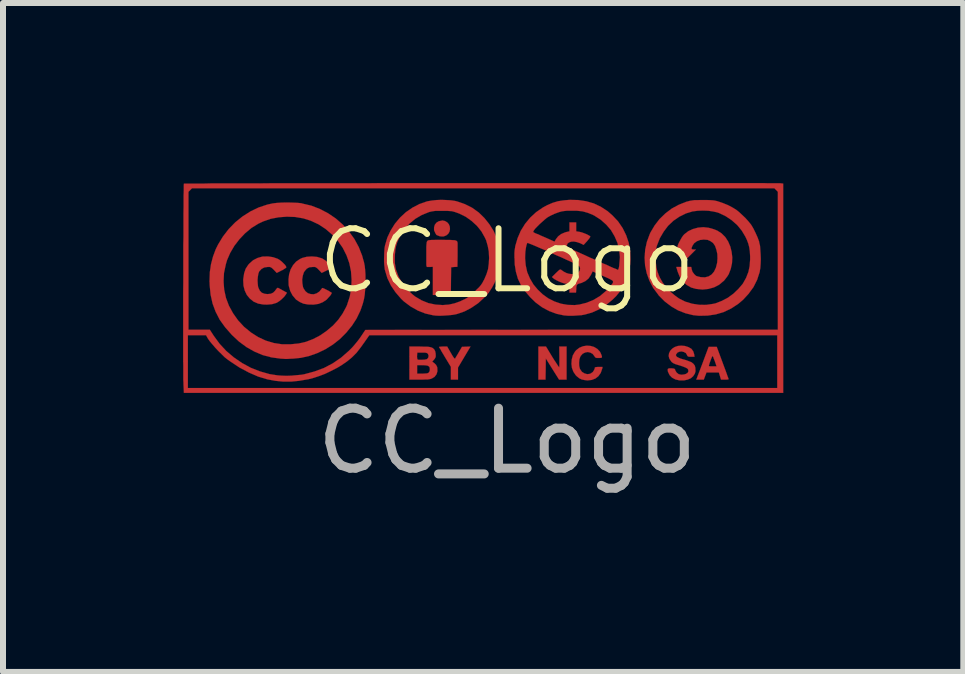
<source format=kicad_pcb>
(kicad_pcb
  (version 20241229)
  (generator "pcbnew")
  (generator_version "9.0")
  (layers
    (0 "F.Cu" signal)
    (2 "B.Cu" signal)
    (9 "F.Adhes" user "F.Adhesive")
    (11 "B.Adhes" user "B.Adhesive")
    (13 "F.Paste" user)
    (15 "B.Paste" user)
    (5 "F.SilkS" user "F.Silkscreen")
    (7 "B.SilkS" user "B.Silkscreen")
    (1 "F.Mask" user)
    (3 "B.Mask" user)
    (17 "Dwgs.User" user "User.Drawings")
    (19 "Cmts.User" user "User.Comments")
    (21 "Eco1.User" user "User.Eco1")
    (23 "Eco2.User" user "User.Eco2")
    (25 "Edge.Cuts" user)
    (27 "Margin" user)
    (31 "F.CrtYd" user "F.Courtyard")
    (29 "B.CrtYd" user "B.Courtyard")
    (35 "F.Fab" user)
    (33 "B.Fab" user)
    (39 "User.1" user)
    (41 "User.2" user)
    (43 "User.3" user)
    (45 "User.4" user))
  (footprint "CC_Logo"
    (layer "F.Cu")
    (at 5.399 1.796)
    (property "Reference" "CC_Logo" (at 0 -0.5 0) (unlocked yes) (layer "F.SilkS") (effects (font (size 1 1) (thickness 0.1))))
    (attr smd)
    (fp_poly (pts (xy -0.952 -1.028) (xy -0.96 -0.987) (xy -0.98 -0.952) (xy -1.013 -0.924) (xy -1.059 -0.906) (xy -1.062 -0.906) (xy -1.092 -0.906) (xy -1.125 -0.911) (xy -1.133 -0.914) (xy -1.158 -0.924) (xy -1.173 -0.929) (xy -1.181 -0.937) (xy -1.191 -0.954) (xy -1.196 -0.962) (xy -1.217 -1.01) (xy -1.217 -1.058) (xy -1.204 -1.102) (xy -1.176 -1.137) (xy -1.138 -1.16) (xy -1.087 -1.17) (xy -1.079 -1.173) (xy -1.034 -1.163) (xy -0.996 -1.14) (xy -0.97 -1.109) (xy -0.955 -1.071) (xy -0.952 -1.028)) (stroke (width 0.003) (type solid)) (fill yes) (layer "F.Cu"))
    (fp_poly (pts (xy 0.991 1.479) (xy 0.927 1.479) (xy 0.866 1.479) (xy 0.754 1.301) (xy 0.645 1.126) (xy 0.643 1.304) (xy 0.64 1.479) (xy 0.579 1.479) (xy 0.521 1.479) (xy 0.521 1.205) (xy 0.521 0.928) (xy 0.584 0.928) (xy 0.648 0.928) (xy 0.754 1.103) (xy 0.787 1.156) (xy 0.818 1.202) (xy 0.841 1.238) (xy 0.859 1.263) (xy 0.866 1.273) (xy 0.869 1.273) (xy 0.869 1.263) (xy 0.871 1.235) (xy 0.871 1.195) (xy 0.871 1.144) (xy 0.871 1.101) (xy 0.869 0.928) (xy 0.93 0.928) (xy 0.991 0.928) (xy 0.991 1.205) (xy 0.991 1.479)) (stroke (width 0.003) (type solid)) (fill yes) (layer "F.Cu"))
    (fp_poly (pts (xy -0.61 0.928) (xy -0.714 1.103) (xy -0.818 1.278) (xy -0.818 1.377) (xy -0.818 1.479) (xy -0.876 1.479) (xy -0.937 1.479) (xy -0.937 1.372) (xy -0.937 1.266) (xy -1.034 1.106) (xy -1.064 1.055) (xy -1.092 1.009) (xy -1.112 0.971) (xy -1.128 0.948) (xy -1.135 0.935) (xy -1.128 0.933) (xy -1.105 0.93) (xy -1.072 0.928) (xy -1.069 0.928) (xy -0.998 0.928) (xy -0.937 1.035) (xy -0.909 1.083) (xy -0.889 1.113) (xy -0.874 1.129) (xy -0.866 1.129) (xy -0.858 1.113) (xy -0.843 1.088) (xy -0.82 1.05) (xy -0.805 1.024) (xy -0.752 0.933) (xy -0.681 0.93) (xy -0.61 0.928)) (stroke (width 0.003) (type solid)) (fill yes) (layer "F.Cu"))
    (fp_poly (pts (xy 3.691 1.471) (xy 3.681 1.476) (xy 3.658 1.479) (xy 3.627 1.479) (xy 3.564 1.479) (xy 3.546 1.418) (xy 3.528 1.36) (xy 3.49 1.36) (xy 3.49 1.258) (xy 3.46 1.169) (xy 3.444 1.131) (xy 3.434 1.101) (xy 3.424 1.088) (xy 3.421 1.085) (xy 3.414 1.098) (xy 3.404 1.123) (xy 3.391 1.156) (xy 3.378 1.192) (xy 3.368 1.222) (xy 3.363 1.245) (xy 3.36 1.253) (xy 3.371 1.256) (xy 3.393 1.258) (xy 3.424 1.258) (xy 3.49 1.258) (xy 3.49 1.36) (xy 3.424 1.36) (xy 3.322 1.36) (xy 3.3 1.418) (xy 3.277 1.479) (xy 3.216 1.479) (xy 3.152 1.479) (xy 3.256 1.207) (xy 3.358 0.933) (xy 3.427 0.933) (xy 3.493 0.933) (xy 3.592 1.2) (xy 3.617 1.268) (xy 3.64 1.329) (xy 3.66 1.385) (xy 3.675 1.428) (xy 3.686 1.456) (xy 3.691 1.471)) (stroke (width 0.003) (type solid)) (fill yes) (layer "F.Cu"))
    (fp_poly (pts (xy -0.825 -0.759) (xy -0.825 -0.728) (xy -0.825 -0.685) (xy -0.825 -0.632) (xy -0.825 -0.578) (xy -0.828 -0.401) (xy -0.879 -0.398) (xy -0.932 -0.393) (xy -0.935 -0.162) (xy -0.937 0.069) (xy -1.087 0.069) (xy -1.237 0.069) (xy -1.237 -0.164) (xy -1.237 -0.401) (xy -1.28 -0.398) (xy -1.311 -0.398) (xy -1.331 -0.398) (xy -1.336 -0.398) (xy -1.339 -0.403) (xy -1.344 -0.418) (xy -1.346 -0.446) (xy -1.346 -0.492) (xy -1.346 -0.55) (xy -1.346 -0.601) (xy -1.346 -0.672) (xy -1.346 -0.728) (xy -1.344 -0.766) (xy -1.341 -0.794) (xy -1.339 -0.812) (xy -1.333 -0.825) (xy -1.331 -0.827) (xy -1.326 -0.835) (xy -1.318 -0.84) (xy -1.308 -0.843) (xy -1.29 -0.845) (xy -1.262 -0.848) (xy -1.224 -0.848) (xy -1.171 -0.85) (xy -1.1 -0.85) (xy -1.087 -0.85) (xy -1.008 -0.848) (xy -0.947 -0.848) (xy -0.902 -0.845) (xy -0.869 -0.843) (xy -0.846 -0.835) (xy -0.833 -0.825) (xy -0.828 -0.812) (xy -0.825 -0.794) (xy -0.825 -0.774) (xy -0.825 -0.759)) (stroke (width 0.003) (type solid)) (fill yes) (layer "F.Cu"))
    (fp_poly (pts (xy 1.59 1.268) (xy 1.585 1.296) (xy 1.56 1.367) (xy 1.522 1.421) (xy 1.471 1.461) (xy 1.41 1.484) (xy 1.339 1.492) (xy 1.295 1.487) (xy 1.242 1.476) (xy 1.201 1.456) (xy 1.161 1.423) (xy 1.143 1.405) (xy 1.105 1.349) (xy 1.08 1.283) (xy 1.072 1.215) (xy 1.077 1.144) (xy 1.095 1.075) (xy 1.13 1.014) (xy 1.151 0.989) (xy 1.204 0.948) (xy 1.265 0.923) (xy 1.328 0.913) (xy 1.392 0.918) (xy 1.45 0.935) (xy 1.504 0.968) (xy 1.547 1.014) (xy 1.56 1.04) (xy 1.572 1.068) (xy 1.58 1.093) (xy 1.58 1.098) (xy 1.577 1.111) (xy 1.567 1.116) (xy 1.544 1.118) (xy 1.527 1.118) (xy 1.494 1.118) (xy 1.476 1.113) (xy 1.463 1.103) (xy 1.455 1.088) (xy 1.425 1.05) (xy 1.387 1.029) (xy 1.344 1.019) (xy 1.301 1.027) (xy 1.26 1.047) (xy 1.227 1.083) (xy 1.217 1.103) (xy 1.204 1.144) (xy 1.199 1.197) (xy 1.201 1.25) (xy 1.212 1.296) (xy 1.217 1.306) (xy 1.247 1.349) (xy 1.288 1.375) (xy 1.334 1.388) (xy 1.379 1.383) (xy 1.4 1.372) (xy 1.428 1.352) (xy 1.448 1.322) (xy 1.461 1.291) (xy 1.461 1.283) (xy 1.463 1.276) (xy 1.478 1.271) (xy 1.506 1.268) (xy 1.524 1.268) (xy 1.59 1.268)) (stroke (width 0.003) (type solid)) (fill yes) (layer "F.Cu"))
    (fp_poly (pts (xy -3.668 0.031) (xy -3.685 0.059) (xy -3.713 0.097) (xy -3.752 0.135) (xy -3.795 0.171) (xy -3.835 0.196) (xy -3.845 0.201) (xy -3.917 0.222) (xy -4 0.229) (xy -4.064 0.227) (xy -4.148 0.212) (xy -4.224 0.179) (xy -4.285 0.13) (xy -4.336 0.069) (xy -4.371 -0.004) (xy -4.392 -0.086) (xy -4.397 -0.182) (xy -4.394 -0.208) (xy -4.381 -0.294) (xy -4.356 -0.368) (xy -4.313 -0.434) (xy -4.295 -0.454) (xy -4.232 -0.51) (xy -4.158 -0.548) (xy -4.077 -0.571) (xy -3.985 -0.573) (xy -3.947 -0.568) (xy -3.901 -0.561) (xy -3.853 -0.545) (xy -3.82 -0.533) (xy -3.79 -0.515) (xy -3.757 -0.489) (xy -3.726 -0.459) (xy -3.698 -0.431) (xy -3.683 -0.406) (xy -3.678 -0.393) (xy -3.685 -0.383) (xy -3.708 -0.368) (xy -3.741 -0.347) (xy -3.757 -0.34) (xy -3.838 -0.299) (xy -3.886 -0.35) (xy -3.912 -0.375) (xy -3.932 -0.39) (xy -3.952 -0.398) (xy -3.978 -0.398) (xy -3.99 -0.398) (xy -4.046 -0.39) (xy -4.092 -0.365) (xy -4.13 -0.324) (xy -4.133 -0.319) (xy -4.145 -0.284) (xy -4.153 -0.235) (xy -4.158 -0.18) (xy -4.155 -0.124) (xy -4.15 -0.073) (xy -4.143 -0.05) (xy -4.12 -0.002) (xy -4.087 0.031) (xy -4.041 0.049) (xy -3.993 0.054) (xy -3.939 0.049) (xy -3.899 0.031) (xy -3.868 0.001) (xy -3.853 -0.02) (xy -3.838 -0.04) (xy -3.825 -0.05) (xy -3.812 -0.048) (xy -3.787 -0.035) (xy -3.754 -0.017) (xy -3.741 -0.009) (xy -3.668 0.031)) (stroke (width 0.003) (type solid)) (fill yes) (layer "F.Cu"))
    (fp_poly (pts (xy -2.923 0.029) (xy -2.923 0.041) (xy -2.936 0.064) (xy -2.949 0.082) (xy -3.007 0.146) (xy -3.071 0.189) (xy -3.142 0.217) (xy -3.223 0.229) (xy -3.315 0.227) (xy -3.391 0.214) (xy -3.454 0.186) (xy -3.515 0.146) (xy -3.525 0.135) (xy -3.576 0.074) (xy -3.614 0.001) (xy -3.637 -0.081) (xy -3.64 -0.098) (xy -3.642 -0.19) (xy -3.632 -0.276) (xy -3.607 -0.357) (xy -3.566 -0.429) (xy -3.515 -0.487) (xy -3.452 -0.53) (xy -3.414 -0.548) (xy -3.337 -0.568) (xy -3.254 -0.573) (xy -3.167 -0.566) (xy -3.091 -0.543) (xy -3.081 -0.54) (xy -3.045 -0.517) (xy -3.007 -0.489) (xy -2.969 -0.456) (xy -2.941 -0.423) (xy -2.934 -0.408) (xy -2.926 -0.396) (xy -2.926 -0.388) (xy -2.936 -0.378) (xy -2.954 -0.365) (xy -2.99 -0.347) (xy -3.005 -0.34) (xy -3.089 -0.299) (xy -3.137 -0.35) (xy -3.162 -0.375) (xy -3.183 -0.39) (xy -3.2 -0.398) (xy -3.228 -0.398) (xy -3.238 -0.398) (xy -3.294 -0.393) (xy -3.337 -0.37) (xy -3.373 -0.329) (xy -3.388 -0.304) (xy -3.404 -0.253) (xy -3.414 -0.19) (xy -3.411 -0.126) (xy -3.401 -0.065) (xy -3.391 -0.04) (xy -3.36 0.006) (xy -3.32 0.039) (xy -3.271 0.054) (xy -3.221 0.057) (xy -3.172 0.041) (xy -3.127 0.011) (xy -3.106 -0.015) (xy -3.089 -0.035) (xy -3.086 -0.042) (xy -3.081 -0.048) (xy -3.066 -0.045) (xy -3.043 -0.035) (xy -3.007 -0.017) (xy -2.972 0.001) (xy -2.944 0.019) (xy -2.926 0.029) (xy -2.923 0.029)) (stroke (width 0.003) (type solid)) (fill yes) (layer "F.Cu"))
    (fp_poly (pts (xy -1.161 1.339) (xy -1.176 1.39) (xy -1.209 1.433) (xy -1.252 1.459) (xy -1.27 1.466) (xy -1.288 1.471) (xy -1.288 1.309) (xy -1.29 1.278) (xy -1.303 1.258) (xy -1.308 1.256) (xy -1.308 1.08) (xy -1.318 1.052) (xy -1.323 1.045) (xy -1.339 1.035) (xy -1.366 1.029) (xy -1.407 1.029) (xy -1.417 1.029) (xy -1.496 1.029) (xy -1.499 1.06) (xy -1.501 1.093) (xy -1.499 1.121) (xy -1.496 1.136) (xy -1.491 1.144) (xy -1.476 1.149) (xy -1.448 1.149) (xy -1.425 1.149) (xy -1.374 1.146) (xy -1.339 1.139) (xy -1.331 1.134) (xy -1.313 1.111) (xy -1.308 1.08) (xy -1.308 1.256) (xy -1.328 1.245) (xy -1.366 1.24) (xy -1.415 1.238) (xy -1.499 1.238) (xy -1.499 1.309) (xy -1.499 1.38) (xy -1.41 1.38) (xy -1.364 1.377) (xy -1.333 1.375) (xy -1.313 1.367) (xy -1.306 1.362) (xy -1.29 1.337) (xy -1.288 1.309) (xy -1.288 1.471) (xy -1.293 1.471) (xy -1.321 1.476) (xy -1.359 1.476) (xy -1.412 1.479) (xy -1.46 1.479) (xy -1.628 1.479) (xy -1.628 1.205) (xy -1.628 0.928) (xy -1.463 0.928) (xy -1.389 0.93) (xy -1.336 0.93) (xy -1.293 0.935) (xy -1.262 0.943) (xy -1.239 0.953) (xy -1.222 0.968) (xy -1.214 0.976) (xy -1.199 1.004) (xy -1.191 1.042) (xy -1.189 1.083) (xy -1.191 1.103) (xy -1.204 1.129) (xy -1.224 1.154) (xy -1.227 1.156) (xy -1.242 1.174) (xy -1.245 1.184) (xy -1.237 1.187) (xy -1.212 1.205) (xy -1.184 1.233) (xy -1.166 1.268) (xy -1.163 1.283) (xy -1.161 1.339)) (stroke (width 0.003) (type solid)) (fill yes) (layer "F.Cu"))
    (fp_poly (pts (xy 3.139 1.339) (xy 3.129 1.377) (xy 3.106 1.413) (xy 3.099 1.423) (xy 3.061 1.456) (xy 3.007 1.479) (xy 2.946 1.492) (xy 2.883 1.492) (xy 2.875 1.492) (xy 2.804 1.476) (xy 2.748 1.446) (xy 2.708 1.405) (xy 2.682 1.352) (xy 2.68 1.347) (xy 2.675 1.316) (xy 2.68 1.299) (xy 2.698 1.291) (xy 2.731 1.291) (xy 2.741 1.291) (xy 2.771 1.294) (xy 2.789 1.299) (xy 2.799 1.311) (xy 2.804 1.329) (xy 2.825 1.362) (xy 2.858 1.388) (xy 2.901 1.398) (xy 2.949 1.393) (xy 2.977 1.385) (xy 3.007 1.367) (xy 3.02 1.344) (xy 3.018 1.316) (xy 3.01 1.301) (xy 2.995 1.289) (xy 2.969 1.276) (xy 2.931 1.261) (xy 2.878 1.243) (xy 2.85 1.235) (xy 2.802 1.22) (xy 2.769 1.205) (xy 2.746 1.189) (xy 2.733 1.174) (xy 2.703 1.129) (xy 2.692 1.085) (xy 2.698 1.04) (xy 2.718 0.999) (xy 2.751 0.963) (xy 2.794 0.935) (xy 2.845 0.918) (xy 2.903 0.913) (xy 2.959 0.918) (xy 3.023 0.938) (xy 3.071 0.966) (xy 3.101 1.007) (xy 3.117 1.057) (xy 3.122 1.098) (xy 3.066 1.098) (xy 3.033 1.098) (xy 3.015 1.093) (xy 3.005 1.085) (xy 2.997 1.068) (xy 2.979 1.037) (xy 2.946 1.019) (xy 2.908 1.009) (xy 2.87 1.014) (xy 2.837 1.029) (xy 2.835 1.035) (xy 2.817 1.055) (xy 2.812 1.073) (xy 2.822 1.09) (xy 2.827 1.098) (xy 2.85 1.111) (xy 2.891 1.129) (xy 2.949 1.146) (xy 2.954 1.146) (xy 3.02 1.169) (xy 3.071 1.189) (xy 3.104 1.215) (xy 3.127 1.245) (xy 3.137 1.283) (xy 3.137 1.291) (xy 3.139 1.339)) (stroke (width 0.003) (type solid)) (fill yes) (layer "F.Cu"))
    (fp_poly (pts (xy 3.752 -0.556) (xy 3.747 -0.459) (xy 3.726 -0.365) (xy 3.693 -0.279) (xy 3.673 -0.246) (xy 3.642 -0.205) (xy 3.612 -0.167) (xy 3.607 -0.164) (xy 3.531 -0.101) (xy 3.447 -0.058) (xy 3.353 -0.032) (xy 3.256 -0.022) (xy 3.157 -0.032) (xy 3.152 -0.032) (xy 3.068 -0.055) (xy 2.992 -0.098) (xy 2.931 -0.157) (xy 2.878 -0.23) (xy 2.842 -0.319) (xy 2.827 -0.37) (xy 2.819 -0.398) (xy 2.944 -0.398) (xy 3.068 -0.398) (xy 3.076 -0.357) (xy 3.089 -0.317) (xy 3.117 -0.279) (xy 3.147 -0.251) (xy 3.152 -0.248) (xy 3.173 -0.241) (xy 3.206 -0.233) (xy 3.228 -0.228) (xy 3.297 -0.225) (xy 3.358 -0.241) (xy 3.409 -0.274) (xy 3.449 -0.322) (xy 3.48 -0.388) (xy 3.5 -0.469) (xy 3.505 -0.54) (xy 3.503 -0.614) (xy 3.487 -0.685) (xy 3.467 -0.743) (xy 3.465 -0.749) (xy 3.432 -0.797) (xy 3.386 -0.83) (xy 3.34 -0.85) (xy 3.277 -0.855) (xy 3.216 -0.848) (xy 3.162 -0.827) (xy 3.117 -0.794) (xy 3.091 -0.756) (xy 3.076 -0.723) (xy 3.073 -0.703) (xy 3.079 -0.693) (xy 3.101 -0.69) (xy 3.109 -0.688) (xy 3.145 -0.688) (xy 3.048 -0.591) (xy 2.952 -0.495) (xy 2.852 -0.591) (xy 2.756 -0.688) (xy 2.792 -0.688) (xy 2.822 -0.693) (xy 2.837 -0.71) (xy 2.84 -0.738) (xy 2.845 -0.761) (xy 2.86 -0.797) (xy 2.883 -0.84) (xy 2.906 -0.881) (xy 2.931 -0.919) (xy 2.954 -0.944) (xy 3.02 -0.995) (xy 3.096 -1.03) (xy 3.18 -1.053) (xy 3.269 -1.061) (xy 3.358 -1.051) (xy 3.449 -1.025) (xy 3.503 -1.003) (xy 3.574 -0.957) (xy 3.635 -0.896) (xy 3.683 -0.822) (xy 3.719 -0.738) (xy 3.741 -0.649) (xy 3.752 -0.556)) (stroke (width 0.003) (type solid)) (fill yes) (layer "F.Cu"))
    (fp_poly (pts (xy -2.36 -0.187) (xy -2.36 -0.116) (xy -2.365 -0.022) (xy -2.372 0.062) (xy -2.385 0.138) (xy -2.403 0.209) (xy -2.428 0.283) (xy -2.446 0.333) (xy -2.509 0.463) (xy -2.588 0.585) (xy -2.591 0.587) (xy -2.591 -0.187) (xy -2.601 -0.327) (xy -2.629 -0.462) (xy -2.675 -0.591) (xy -2.738 -0.716) (xy -2.817 -0.83) (xy -2.911 -0.934) (xy -3.02 -1.028) (xy -3.142 -1.109) (xy -3.15 -1.112) (xy -3.269 -1.168) (xy -3.396 -1.208) (xy -3.531 -1.231) (xy -3.668 -1.236) (xy -3.805 -1.226) (xy -3.937 -1.201) (xy -4.064 -1.157) (xy -4.145 -1.119) (xy -4.26 -1.048) (xy -4.366 -0.959) (xy -4.46 -0.86) (xy -4.544 -0.751) (xy -4.613 -0.634) (xy -4.666 -0.512) (xy -4.686 -0.444) (xy -4.717 -0.299) (xy -4.724 -0.157) (xy -4.714 -0.02) (xy -4.684 0.118) (xy -4.635 0.247) (xy -4.567 0.372) (xy -4.483 0.491) (xy -4.384 0.598) (xy -4.267 0.694) (xy -4.148 0.77) (xy -4.021 0.829) (xy -3.889 0.869) (xy -3.752 0.89) (xy -3.604 0.89) (xy -3.472 0.877) (xy -3.35 0.849) (xy -3.231 0.803) (xy -3.114 0.742) (xy -3.005 0.666) (xy -2.903 0.58) (xy -2.814 0.483) (xy -2.741 0.379) (xy -2.682 0.27) (xy -2.667 0.237) (xy -2.621 0.095) (xy -2.596 -0.048) (xy -2.591 -0.187) (xy -2.591 0.587) (xy -2.682 0.699) (xy -2.786 0.803) (xy -2.903 0.895) (xy -3.03 0.974) (xy -3.162 1.037) (xy -3.297 1.085) (xy -3.437 1.116) (xy -3.503 1.123) (xy -3.566 1.129) (xy -3.617 1.131) (xy -3.66 1.134) (xy -3.698 1.134) (xy -3.739 1.131) (xy -3.774 1.129) (xy -3.927 1.108) (xy -4.072 1.07) (xy -4.209 1.012) (xy -4.341 0.938) (xy -4.468 0.844) (xy -4.59 0.73) (xy -4.592 0.727) (xy -4.699 0.605) (xy -4.788 0.481) (xy -4.856 0.349) (xy -4.907 0.212) (xy -4.94 0.064) (xy -4.955 -0.088) (xy -4.958 -0.169) (xy -4.953 -0.312) (xy -4.933 -0.446) (xy -4.9 -0.571) (xy -4.854 -0.695) (xy -4.816 -0.771) (xy -4.734 -0.906) (xy -4.638 -1.03) (xy -4.529 -1.142) (xy -4.409 -1.239) (xy -4.277 -1.323) (xy -4.14 -1.389) (xy -3.995 -1.437) (xy -3.904 -1.457) (xy -3.838 -1.465) (xy -3.757 -1.47) (xy -3.67 -1.472) (xy -3.584 -1.47) (xy -3.5 -1.467) (xy -3.429 -1.46) (xy -3.414 -1.455) (xy -3.261 -1.419) (xy -3.117 -1.363) (xy -2.982 -1.292) (xy -2.855 -1.206) (xy -2.738 -1.104) (xy -2.636 -0.99) (xy -2.545 -0.865) (xy -2.471 -0.728) (xy -2.415 -0.586) (xy -2.405 -0.548) (xy -2.385 -0.479) (xy -2.372 -0.413) (xy -2.365 -0.345) (xy -2.36 -0.271) (xy -2.36 -0.187)) (stroke (width 0.003) (type solid)) (fill yes) (layer "F.Cu"))
    (fp_poly (pts (xy 4.227 -0.528) (xy 4.224 -0.449) (xy 4.219 -0.38) (xy 4.209 -0.324) (xy 4.209 -0.317) (xy 4.166 -0.185) (xy 4.105 -0.063) (xy 4.049 0.013) (xy 4.049 -0.52) (xy 4.049 -0.578) (xy 4.044 -0.66) (xy 4.034 -0.728) (xy 4.018 -0.789) (xy 3.995 -0.85) (xy 3.97 -0.903) (xy 3.909 -1.005) (xy 3.833 -1.097) (xy 3.741 -1.178) (xy 3.642 -1.244) (xy 3.536 -1.295) (xy 3.503 -1.307) (xy 3.432 -1.323) (xy 3.35 -1.335) (xy 3.261 -1.338) (xy 3.178 -1.335) (xy 3.101 -1.325) (xy 3.094 -1.325) (xy 2.979 -1.29) (xy 2.87 -1.236) (xy 2.771 -1.168) (xy 2.682 -1.084) (xy 2.609 -0.987) (xy 2.545 -0.878) (xy 2.51 -0.789) (xy 2.494 -0.749) (xy 2.487 -0.718) (xy 2.482 -0.688) (xy 2.477 -0.652) (xy 2.477 -0.609) (xy 2.477 -0.553) (xy 2.479 -0.467) (xy 2.487 -0.396) (xy 2.502 -0.329) (xy 2.525 -0.266) (xy 2.548 -0.215) (xy 2.593 -0.136) (xy 2.654 -0.055) (xy 2.723 0.016) (xy 2.797 0.079) (xy 2.865 0.128) (xy 2.967 0.179) (xy 3.081 0.214) (xy 3.198 0.232) (xy 3.315 0.234) (xy 3.432 0.217) (xy 3.47 0.209) (xy 3.576 0.168) (xy 3.678 0.115) (xy 3.772 0.046) (xy 3.856 -0.035) (xy 3.927 -0.119) (xy 3.98 -0.213) (xy 3.985 -0.225) (xy 4.021 -0.317) (xy 4.041 -0.413) (xy 4.049 -0.52) (xy 4.049 0.013) (xy 4.026 0.046) (xy 3.932 0.148) (xy 3.848 0.219) (xy 3.731 0.295) (xy 3.607 0.354) (xy 3.477 0.392) (xy 3.34 0.412) (xy 3.2 0.415) (xy 3.101 0.405) (xy 2.974 0.374) (xy 2.85 0.326) (xy 2.736 0.26) (xy 2.626 0.176) (xy 2.527 0.077) (xy 2.515 0.059) (xy 2.433 -0.05) (xy 2.372 -0.167) (xy 2.327 -0.291) (xy 2.299 -0.421) (xy 2.291 -0.553) (xy 2.301 -0.688) (xy 2.329 -0.817) (xy 2.377 -0.947) (xy 2.39 -0.975) (xy 2.459 -1.091) (xy 2.54 -1.196) (xy 2.637 -1.29) (xy 2.743 -1.371) (xy 2.86 -1.434) (xy 2.982 -1.483) (xy 3.01 -1.49) (xy 3.046 -1.5) (xy 3.079 -1.505) (xy 3.117 -1.511) (xy 3.16 -1.511) (xy 3.216 -1.513) (xy 3.267 -1.513) (xy 3.333 -1.513) (xy 3.386 -1.511) (xy 3.429 -1.508) (xy 3.465 -1.503) (xy 3.498 -1.495) (xy 3.515 -1.49) (xy 3.597 -1.462) (xy 3.683 -1.427) (xy 3.764 -1.384) (xy 3.825 -1.345) (xy 3.868 -1.31) (xy 3.917 -1.264) (xy 3.968 -1.216) (xy 4.016 -1.163) (xy 4.054 -1.117) (xy 4.069 -1.097) (xy 4.105 -1.036) (xy 4.14 -0.964) (xy 4.173 -0.891) (xy 4.199 -0.82) (xy 4.201 -0.804) (xy 4.214 -0.751) (xy 4.219 -0.683) (xy 4.224 -0.606) (xy 4.227 -0.528)) (stroke (width 0.003) (type solid)) (fill yes) (layer "F.Cu"))
    (fp_poly (pts (xy -0.122 -0.573) (xy -0.124 -0.482) (xy -0.132 -0.396) (xy -0.145 -0.317) (xy -0.15 -0.294) (xy -0.173 -0.218) (xy -0.208 -0.136) (xy -0.249 -0.058) (xy -0.292 0.008) (xy -0.3 0.019) (xy -0.3 -0.548) (xy -0.305 -0.657) (xy -0.323 -0.751) (xy -0.35 -0.845) (xy -0.373 -0.893) (xy -0.429 -0.992) (xy -0.503 -1.084) (xy -0.592 -1.165) (xy -0.688 -1.234) (xy -0.795 -1.287) (xy -0.858 -1.31) (xy -0.891 -1.32) (xy -0.922 -1.328) (xy -0.958 -1.33) (xy -1.001 -1.333) (xy -1.054 -1.333) (xy -1.082 -1.333) (xy -1.145 -1.333) (xy -1.191 -1.333) (xy -1.229 -1.328) (xy -1.26 -1.323) (xy -1.293 -1.315) (xy -1.308 -1.31) (xy -1.422 -1.264) (xy -1.529 -1.201) (xy -1.626 -1.122) (xy -1.707 -1.03) (xy -1.775 -0.929) (xy -1.829 -0.815) (xy -1.849 -0.751) (xy -1.862 -0.688) (xy -1.869 -0.611) (xy -1.872 -0.533) (xy -1.869 -0.454) (xy -1.859 -0.385) (xy -1.854 -0.36) (xy -1.811 -0.243) (xy -1.75 -0.134) (xy -1.676 -0.035) (xy -1.585 0.052) (xy -1.532 0.095) (xy -1.425 0.158) (xy -1.313 0.204) (xy -1.194 0.229) (xy -1.072 0.237) (xy -0.97 0.229) (xy -0.879 0.209) (xy -0.785 0.176) (xy -0.698 0.135) (xy -0.676 0.123) (xy -0.643 0.1) (xy -0.602 0.069) (xy -0.559 0.029) (xy -0.518 -0.009) (xy -0.518 -0.012) (xy -0.472 -0.055) (xy -0.439 -0.093) (xy -0.414 -0.129) (xy -0.394 -0.167) (xy -0.381 -0.19) (xy -0.343 -0.279) (xy -0.317 -0.362) (xy -0.305 -0.454) (xy -0.3 -0.548) (xy -0.3 0.019) (xy -0.302 0.026) (xy -0.389 0.12) (xy -0.483 0.206) (xy -0.592 0.28) (xy -0.706 0.341) (xy -0.823 0.382) (xy -0.848 0.389) (xy -0.907 0.4) (xy -0.978 0.407) (xy -1.052 0.412) (xy -1.125 0.415) (xy -1.191 0.412) (xy -1.232 0.407) (xy -1.364 0.377) (xy -1.488 0.328) (xy -1.608 0.26) (xy -1.72 0.176) (xy -1.768 0.13) (xy -1.859 0.024) (xy -1.935 -0.088) (xy -1.994 -0.21) (xy -2.024 -0.309) (xy -2.037 -0.352) (xy -2.042 -0.393) (xy -2.047 -0.436) (xy -2.05 -0.484) (xy -2.05 -0.543) (xy -2.047 -0.637) (xy -2.042 -0.71) (xy -2.034 -0.756) (xy -1.996 -0.886) (xy -1.94 -1.005) (xy -1.869 -1.119) (xy -1.783 -1.221) (xy -1.687 -1.31) (xy -1.577 -1.386) (xy -1.46 -1.447) (xy -1.336 -1.49) (xy -1.311 -1.495) (xy -1.25 -1.505) (xy -1.176 -1.513) (xy -1.095 -1.516) (xy -1.011 -1.513) (xy -0.932 -1.508) (xy -0.866 -1.498) (xy -0.833 -1.49) (xy -0.704 -1.445) (xy -0.582 -1.384) (xy -0.472 -1.305) (xy -0.378 -1.213) (xy -0.295 -1.109) (xy -0.223 -0.995) (xy -0.17 -0.87) (xy -0.135 -0.738) (xy -0.135 -0.733) (xy -0.124 -0.657) (xy -0.122 -0.573)) (stroke (width 0.003) (type solid)) (fill yes) (layer "F.Cu"))
    (fp_poly (pts (xy 4.6 1.7) (xy 4.511 1.7) (xy 4.511 0.648) (xy 4.511 -0.5) (xy 4.511 -1.65) (xy 4.481 -1.681) (xy 4.453 -1.709) (xy -0.399 -1.709) (xy -5.25 -1.709) (xy -5.278 -1.681) (xy -5.309 -1.65) (xy -5.309 -0.5) (xy -5.309 0.648) (xy -5.131 0.648) (xy -4.953 0.648) (xy -4.887 0.75) (xy -4.79 0.882) (xy -4.679 1.002) (xy -4.554 1.108) (xy -4.417 1.202) (xy -4.272 1.281) (xy -4.117 1.342) (xy -3.955 1.388) (xy -3.825 1.408) (xy -3.759 1.413) (xy -3.678 1.416) (xy -3.591 1.413) (xy -3.505 1.405) (xy -3.426 1.398) (xy -3.381 1.39) (xy -3.211 1.344) (xy -3.053 1.286) (xy -2.903 1.207) (xy -2.766 1.113) (xy -2.636 0.999) (xy -2.583 0.946) (xy -2.54 0.897) (xy -2.494 0.841) (xy -2.454 0.788) (xy -2.428 0.75) (xy -2.362 0.651) (xy 1.072 0.648) (xy 4.511 0.648) (xy 4.511 1.7) (xy 4.501 1.7) (xy 4.501 1.619) (xy 4.501 1.179) (xy 4.501 0.74) (xy 1.1 0.74) (xy -2.296 0.74) (xy -2.36 0.831) (xy -2.436 0.938) (xy -2.509 1.032) (xy -2.588 1.111) (xy -2.669 1.177) (xy -2.761 1.24) (xy -2.829 1.281) (xy -2.939 1.337) (xy -3.035 1.383) (xy -3.127 1.418) (xy -3.221 1.449) (xy -3.317 1.474) (xy -3.322 1.474) (xy -3.467 1.499) (xy -3.599 1.512) (xy -3.729 1.512) (xy -3.861 1.499) (xy -3.995 1.474) (xy -4.148 1.428) (xy -4.3 1.362) (xy -4.458 1.278) (xy -4.615 1.174) (xy -4.668 1.136) (xy -4.709 1.103) (xy -4.755 1.057) (xy -4.806 1.007) (xy -4.859 0.951) (xy -4.907 0.895) (xy -4.95 0.844) (xy -4.983 0.798) (xy -4.999 0.77) (xy -5.016 0.74) (xy -5.166 0.74) (xy -5.319 0.74) (xy -5.319 1.179) (xy -5.319 1.619) (xy -0.406 1.619) (xy 4.501 1.619) (xy 4.501 1.7) (xy -0.394 1.7) (xy -5.385 1.7) (xy -5.392 1.555) (xy -5.392 1.527) (xy -5.395 1.482) (xy -5.395 1.418) (xy -5.395 1.339) (xy -5.395 1.248) (xy -5.397 1.146) (xy -5.397 1.029) (xy -5.397 0.905) (xy -5.397 0.773) (xy -5.397 0.631) (xy -5.397 0.483) (xy -5.397 0.331) (xy -5.397 0.176) (xy -5.397 0.019) (xy -5.395 -0.136) (xy -5.395 -0.296) (xy -5.395 -0.454) (xy -5.395 -0.606) (xy -5.395 -0.759) (xy -5.392 -0.903) (xy -5.392 -1.041) (xy -5.392 -1.17) (xy -5.392 -1.292) (xy -5.39 -1.404) (xy -5.39 -1.503) (xy -5.39 -1.589) (xy -5.387 -1.663) (xy -5.387 -1.719) (xy -5.387 -1.759) (xy -5.385 -1.782) (xy -5.385 -1.785) (xy -5.375 -1.787) (xy -5.344 -1.787) (xy -5.296 -1.787) (xy -5.23 -1.787) (xy -5.149 -1.787) (xy -5.047 -1.787) (xy -4.933 -1.79) (xy -4.803 -1.79) (xy -4.658 -1.79) (xy -4.501 -1.79) (xy -4.331 -1.79) (xy -4.15 -1.79) (xy -3.957 -1.792) (xy -3.754 -1.792) (xy -3.541 -1.792) (xy -3.317 -1.792) (xy -3.086 -1.792) (xy -2.85 -1.792) (xy -2.603 -1.792) (xy -2.352 -1.792) (xy -2.095 -1.795) (xy -1.836 -1.795) (xy -1.57 -1.795) (xy -1.303 -1.795) (xy -1.031 -1.795) (xy -0.759 -1.795) (xy -0.488 -1.795) (xy -0.216 -1.795) (xy 0.056 -1.795) (xy 0.328 -1.795) (xy 0.597 -1.795) (xy 0.864 -1.795) (xy 1.125 -1.795) (xy 1.384 -1.795) (xy 1.638 -1.795) (xy 1.887 -1.795) (xy 2.129 -1.795) (xy 2.365 -1.795) (xy 2.591 -1.795) (xy 2.809 -1.795) (xy 3.018 -1.795) (xy 3.216 -1.795) (xy 3.406 -1.795) (xy 3.581 -1.795) (xy 3.747 -1.795) (xy 3.896 -1.795) (xy 4.034 -1.795) (xy 4.158 -1.795) (xy 4.265 -1.795) (xy 4.356 -1.792) (xy 4.432 -1.792) (xy 4.491 -1.792) (xy 4.529 -1.792) (xy 4.552 -1.792) (xy 4.554 -1.792) (xy 4.6 -1.787) (xy 4.6 -0.045) (xy 4.6 1.7)) (stroke (width 0.003) (type solid)) (fill yes) (layer "F.Cu"))
    (fp_poly (pts (xy 2.055 -0.525) (xy 2.05 -0.446) (xy 2.04 -0.362) (xy 2.024 -0.289) (xy 2.004 -0.22) (xy 1.974 -0.149) (xy 1.969 -0.141) (xy 1.925 -0.058) (xy 1.88 0.011) (xy 1.88 -0.561) (xy 1.867 -0.683) (xy 1.839 -0.799) (xy 1.791 -0.909) (xy 1.73 -1.013) (xy 1.651 -1.104) (xy 1.56 -1.185) (xy 1.453 -1.254) (xy 1.433 -1.264) (xy 1.346 -1.3) (xy 1.257 -1.325) (xy 1.163 -1.335) (xy 1.054 -1.335) (xy 0.996 -1.335) (xy 0.95 -1.33) (xy 0.914 -1.325) (xy 0.876 -1.315) (xy 0.838 -1.302) (xy 0.79 -1.284) (xy 0.742 -1.262) (xy 0.701 -1.241) (xy 0.693 -1.236) (xy 0.663 -1.218) (xy 0.627 -1.188) (xy 0.587 -1.152) (xy 0.544 -1.114) (xy 0.506 -1.076) (xy 0.472 -1.041) (xy 0.45 -1.013) (xy 0.442 -1) (xy 0.434 -0.985) (xy 0.442 -0.975) (xy 0.462 -0.964) (xy 0.483 -0.954) (xy 0.518 -0.942) (xy 0.561 -0.921) (xy 0.615 -0.898) (xy 0.643 -0.886) (xy 0.79 -0.82) (xy 0.815 -0.863) (xy 0.851 -0.909) (xy 0.902 -0.947) (xy 0.96 -0.972) (xy 0.986 -0.98) (xy 1.039 -0.992) (xy 1.039 -1.066) (xy 1.039 -1.14) (xy 1.095 -1.14) (xy 1.151 -1.14) (xy 1.151 -1.066) (xy 1.151 -0.992) (xy 1.212 -0.982) (xy 1.25 -0.972) (xy 1.29 -0.957) (xy 1.328 -0.942) (xy 1.361 -0.924) (xy 1.382 -0.911) (xy 1.387 -0.903) (xy 1.382 -0.893) (xy 1.367 -0.87) (xy 1.344 -0.843) (xy 1.334 -0.83) (xy 1.275 -0.766) (xy 1.217 -0.794) (xy 1.166 -0.812) (xy 1.115 -0.822) (xy 1.069 -0.82) (xy 1.031 -0.807) (xy 1.006 -0.787) (xy 0.996 -0.759) (xy 0.996 -0.756) (xy 0.996 -0.749) (xy 0.998 -0.741) (xy 1.006 -0.733) (xy 1.019 -0.726) (xy 1.039 -0.713) (xy 1.067 -0.7) (xy 1.105 -0.68) (xy 1.156 -0.657) (xy 1.217 -0.629) (xy 1.295 -0.594) (xy 1.389 -0.55) (xy 1.415 -0.54) (xy 1.501 -0.502) (xy 1.582 -0.464) (xy 1.656 -0.434) (xy 1.72 -0.403) (xy 1.773 -0.38) (xy 1.814 -0.365) (xy 1.839 -0.352) (xy 1.847 -0.35) (xy 1.854 -0.36) (xy 1.862 -0.385) (xy 1.869 -0.426) (xy 1.869 -0.436) (xy 1.88 -0.561) (xy 1.88 0.011) (xy 1.875 0.016) (xy 1.814 0.09) (xy 1.765 0.138) (xy 1.765 -0.157) (xy 1.755 -0.172) (xy 1.73 -0.187) (xy 1.689 -0.208) (xy 1.633 -0.233) (xy 1.603 -0.246) (xy 1.425 -0.324) (xy 1.395 -0.263) (xy 1.356 -0.205) (xy 1.303 -0.162) (xy 1.237 -0.131) (xy 1.227 -0.129) (xy 1.191 -0.119) (xy 1.168 -0.106) (xy 1.158 -0.088) (xy 1.153 -0.06) (xy 1.153 -0.037) (xy 1.148 0.029) (xy 1.095 0.029) (xy 1.039 0.029) (xy 1.039 -0.04) (xy 1.039 -0.073) (xy 1.039 -0.096) (xy 1.029 -0.108) (xy 1.011 -0.114) (xy 0.978 -0.121) (xy 0.955 -0.124) (xy 0.92 -0.134) (xy 0.874 -0.152) (xy 0.826 -0.175) (xy 0.787 -0.197) (xy 0.77 -0.21) (xy 0.747 -0.23) (xy 0.813 -0.296) (xy 0.848 -0.329) (xy 0.871 -0.35) (xy 0.887 -0.355) (xy 0.894 -0.355) (xy 0.945 -0.319) (xy 0.991 -0.296) (xy 1.031 -0.284) (xy 1.08 -0.279) (xy 1.087 -0.279) (xy 1.143 -0.286) (xy 1.184 -0.304) (xy 1.209 -0.335) (xy 1.209 -0.337) (xy 1.217 -0.368) (xy 1.212 -0.396) (xy 1.212 -0.398) (xy 1.207 -0.406) (xy 1.199 -0.413) (xy 1.186 -0.423) (xy 1.166 -0.434) (xy 1.138 -0.449) (xy 1.1 -0.469) (xy 1.049 -0.492) (xy 0.986 -0.52) (xy 0.909 -0.556) (xy 0.815 -0.596) (xy 0.772 -0.616) (xy 0.686 -0.655) (xy 0.605 -0.69) (xy 0.531 -0.721) (xy 0.467 -0.749) (xy 0.414 -0.771) (xy 0.373 -0.787) (xy 0.348 -0.797) (xy 0.338 -0.799) (xy 0.33 -0.784) (xy 0.32 -0.751) (xy 0.312 -0.708) (xy 0.305 -0.657) (xy 0.302 -0.606) (xy 0.3 -0.556) (xy 0.3 -0.543) (xy 0.31 -0.426) (xy 0.335 -0.312) (xy 0.381 -0.205) (xy 0.439 -0.106) (xy 0.511 -0.02) (xy 0.594 0.059) (xy 0.686 0.125) (xy 0.787 0.176) (xy 0.897 0.214) (xy 1.011 0.234) (xy 1.128 0.237) (xy 1.201 0.229) (xy 1.323 0.199) (xy 1.44 0.151) (xy 1.547 0.087) (xy 1.643 0.006) (xy 1.704 -0.058) (xy 1.732 -0.093) (xy 1.755 -0.121) (xy 1.765 -0.141) (xy 1.765 -0.157) (xy 1.765 0.138) (xy 1.76 0.143) (xy 1.651 0.234) (xy 1.537 0.306) (xy 1.415 0.361) (xy 1.298 0.394) (xy 1.24 0.405) (xy 1.168 0.41) (xy 1.095 0.415) (xy 1.024 0.415) (xy 0.965 0.41) (xy 0.953 0.41) (xy 0.823 0.382) (xy 0.699 0.336) (xy 0.582 0.273) (xy 0.472 0.191) (xy 0.384 0.105) (xy 0.297 0.003) (xy 0.231 -0.096) (xy 0.18 -0.202) (xy 0.147 -0.317) (xy 0.127 -0.441) (xy 0.125 -0.515) (xy 0.122 -0.578) (xy 0.122 -0.629) (xy 0.125 -0.672) (xy 0.132 -0.716) (xy 0.137 -0.749) (xy 0.175 -0.878) (xy 0.229 -1.003) (xy 0.3 -1.117) (xy 0.386 -1.221) (xy 0.485 -1.312) (xy 0.597 -1.389) (xy 0.671 -1.429) (xy 0.76 -1.467) (xy 0.848 -1.493) (xy 0.945 -1.508) (xy 1.039 -1.516) (xy 1.184 -1.513) (xy 1.318 -1.493) (xy 1.443 -1.457) (xy 1.562 -1.401) (xy 1.674 -1.328) (xy 1.755 -1.257) (xy 1.849 -1.157) (xy 1.925 -1.046) (xy 1.984 -0.926) (xy 2.027 -0.799) (xy 2.05 -0.665) (xy 2.055 -0.525)) (stroke (width 0.003) (type solid)) (fill yes) (layer "F.Cu"))
    (fp_text user "${REFERENCE}" (at 0 2.5 0) (unlocked yes) (layer "F.Fab") (effects (font (size 1 1) (thickness 0.15)))))
  (gr_rect
    (start -3 -3)
    (end 13 8.145)
    (stroke (width 0.1) (type default))
    (fill no)
    (layer "Edge.Cuts")))
</source>
